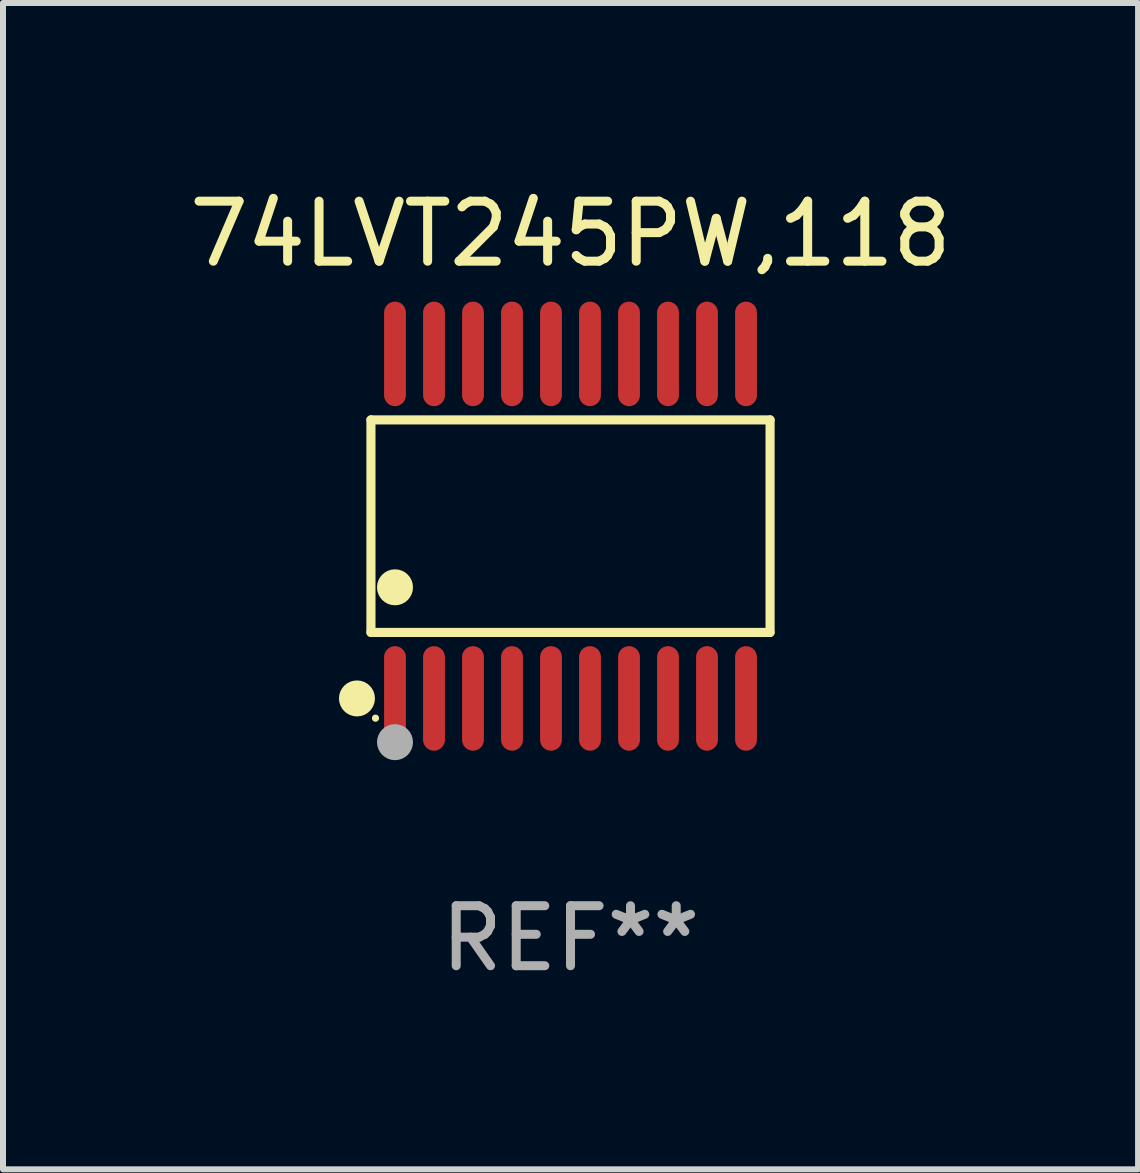
<source format=kicad_pcb>
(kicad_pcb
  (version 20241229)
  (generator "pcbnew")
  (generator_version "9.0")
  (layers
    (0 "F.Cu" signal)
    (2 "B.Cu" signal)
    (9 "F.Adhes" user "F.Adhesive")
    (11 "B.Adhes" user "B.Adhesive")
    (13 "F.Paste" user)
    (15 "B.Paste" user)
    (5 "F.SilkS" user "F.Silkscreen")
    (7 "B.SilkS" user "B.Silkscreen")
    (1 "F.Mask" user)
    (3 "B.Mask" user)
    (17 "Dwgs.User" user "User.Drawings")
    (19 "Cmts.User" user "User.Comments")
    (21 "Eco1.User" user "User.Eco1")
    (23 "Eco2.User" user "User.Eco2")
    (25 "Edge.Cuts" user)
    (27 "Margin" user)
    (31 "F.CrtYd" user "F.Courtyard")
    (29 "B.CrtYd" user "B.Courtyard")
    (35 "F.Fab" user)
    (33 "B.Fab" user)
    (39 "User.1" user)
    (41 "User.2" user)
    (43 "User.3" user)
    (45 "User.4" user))
  (footprint "74LVT245PW,118"
    (layer "F.Cu")
    (at 6.458 5.719)
    (property "Reference" "74LVT245PW,118" (at 0 -4.871 0) (layer "F.SilkS") (effects (font (size 1 1) (thickness 0.15))))
    (attr through_hole)
    (fp_line (start -3.326 -1.771) (end 3.326 -1.771) (stroke (width 0.152) (type solid)) (layer "F.SilkS"))
    (fp_line (start -3.326 1.771) (end -3.326 -1.771) (stroke (width 0.152) (type solid)) (layer "F.SilkS"))
    (fp_line (start 3.326 -1.771) (end 3.326 1.771) (stroke (width 0.152) (type solid)) (layer "F.SilkS"))
    (fp_line (start 3.326 1.771) (end -3.326 1.771) (stroke (width 0.152) (type solid)) (layer "F.SilkS"))
    (fp_circle (center -3.559 2.871) (end -3.409 2.871) (stroke (width 0.3) (type solid)) (fill no) (layer "F.SilkS"))
    (fp_circle (center -3.25 3.2) (end -3.22 3.2) (stroke (width 0.06) (type solid)) (fill no) (layer "F.SilkS"))
    (fp_circle (center -2.925 1.019) (end -2.775 1.019) (stroke (width 0.3) (type solid)) (fill no) (layer "F.SilkS"))
    (fp_circle (center -2.925 3.6) (end -2.775 3.6) (stroke (width 0.3) (type solid)) (fill no) (layer "F.Fab"))
    (fp_text user "REF**" (at 0 6.871 0) (layer "F.Fab") (effects (font (size 1 1) (thickness 0.15))))
    (pad "1" smd oval (at -2.925 2.871) (size 0.364 1.742) (layers "F.Cu" "F.Mask" "F.Paste"))
    (pad "2" smd oval (at -2.275 2.871) (size 0.364 1.742) (layers "F.Cu" "F.Mask" "F.Paste"))
    (pad "3" smd oval (at -1.625 2.871) (size 0.364 1.742) (layers "F.Cu" "F.Mask" "F.Paste"))
    (pad "4" smd oval (at -0.975 2.871) (size 0.364 1.742) (layers "F.Cu" "F.Mask" "F.Paste"))
    (pad "5" smd oval (at -0.325 2.871) (size 0.364 1.742) (layers "F.Cu" "F.Mask" "F.Paste"))
    (pad "6" smd oval (at 0.325 2.871) (size 0.364 1.742) (layers "F.Cu" "F.Mask" "F.Paste"))
    (pad "7" smd oval (at 0.975 2.871) (size 0.364 1.742) (layers "F.Cu" "F.Mask" "F.Paste"))
    (pad "8" smd oval (at 1.625 2.871) (size 0.364 1.742) (layers "F.Cu" "F.Mask" "F.Paste"))
    (pad "9" smd oval (at 2.275 2.871) (size 0.364 1.742) (layers "F.Cu" "F.Mask" "F.Paste"))
    (pad "10" smd oval (at 2.925 2.871) (size 0.364 1.742) (layers "F.Cu" "F.Mask" "F.Paste"))
    (pad "11" smd oval (at 2.925 -2.871) (size 0.364 1.742) (layers "F.Cu" "F.Mask" "F.Paste"))
    (pad "12" smd oval (at 2.275 -2.871) (size 0.364 1.742) (layers "F.Cu" "F.Mask" "F.Paste"))
    (pad "13" smd oval (at 1.625 -2.871) (size 0.364 1.742) (layers "F.Cu" "F.Mask" "F.Paste"))
    (pad "14" smd oval (at 0.975 -2.871) (size 0.364 1.742) (layers "F.Cu" "F.Mask" "F.Paste"))
    (pad "15" smd oval (at 0.325 -2.871) (size 0.364 1.742) (layers "F.Cu" "F.Mask" "F.Paste"))
    (pad "16" smd oval (at -0.325 -2.871) (size 0.364 1.742) (layers "F.Cu" "F.Mask" "F.Paste"))
    (pad "17" smd oval (at -0.975 -2.871) (size 0.364 1.742) (layers "F.Cu" "F.Mask" "F.Paste"))
    (pad "18" smd oval (at -1.625 -2.871) (size 0.364 1.742) (layers "F.Cu" "F.Mask" "F.Paste"))
    (pad "19" smd oval (at -2.275 -2.871) (size 0.364 1.742) (layers "F.Cu" "F.Mask" "F.Paste"))
    (pad "20" smd oval (at -2.925 -2.871) (size 0.364 1.742) (layers "F.Cu" "F.Mask" "F.Paste")))
  (gr_rect
    (start -3 -3)
    (end 15.917 16.438)
    (stroke (width 0.1) (type default))
    (fill no)
    (layer "Edge.Cuts")))
</source>
